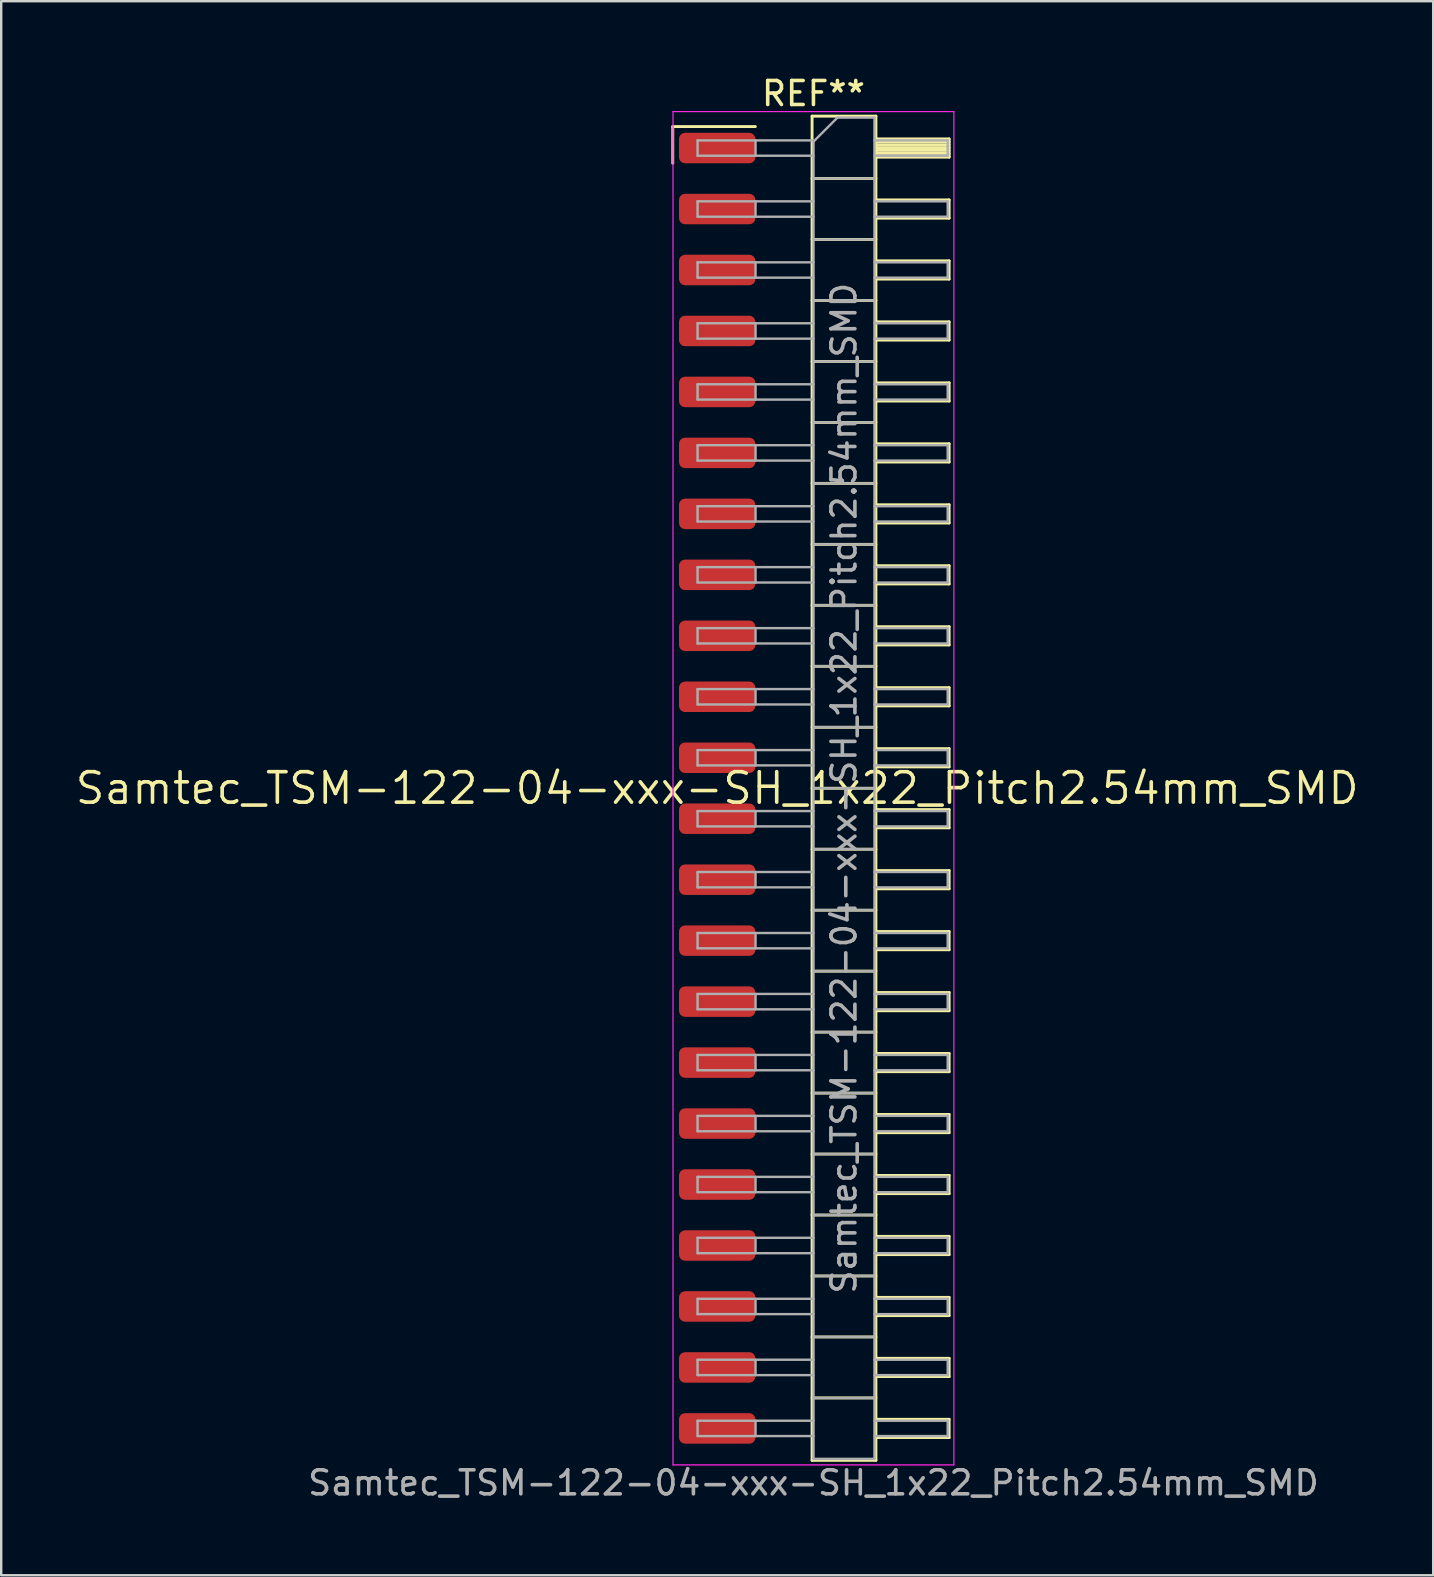
<source format=kicad_pcb>
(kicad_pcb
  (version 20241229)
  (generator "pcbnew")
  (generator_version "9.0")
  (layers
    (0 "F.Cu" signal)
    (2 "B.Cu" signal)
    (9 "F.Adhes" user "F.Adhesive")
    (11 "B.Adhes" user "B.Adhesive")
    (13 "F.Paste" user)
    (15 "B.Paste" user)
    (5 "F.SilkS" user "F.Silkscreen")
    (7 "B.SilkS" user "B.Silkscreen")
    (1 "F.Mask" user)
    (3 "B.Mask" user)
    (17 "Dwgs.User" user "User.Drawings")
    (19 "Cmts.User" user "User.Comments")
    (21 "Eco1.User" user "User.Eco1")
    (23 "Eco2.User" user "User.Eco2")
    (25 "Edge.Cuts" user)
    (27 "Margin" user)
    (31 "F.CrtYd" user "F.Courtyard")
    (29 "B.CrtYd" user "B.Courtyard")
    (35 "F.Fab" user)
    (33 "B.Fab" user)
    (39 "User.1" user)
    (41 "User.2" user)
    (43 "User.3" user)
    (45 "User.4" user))
  (footprint "Samtec_TSM-122-04-xxx-SH_1x22_Pitch2.54mm_SMD"
    (layer "F.Cu")
    (at 26.828 29.788)
    (property "Reference" "Samtec_TSM-122-04-xxx-SH_1x22_Pitch2.54mm_SMD" (at 0 0 0) (layer "F.SilkS") (effects (font (size 1.27 1.27) (thickness 0.15))))
    (attr smd)
    (fp_line (start -1.85 -27.565) (end 1.59 -27.565) (stroke (width 0.12) (type solid)) (layer "F.SilkS"))
    (fp_line (start -1.85 -26.035) (end -1.85 -27.565) (stroke (width 0.12) (type solid)) (layer "F.SilkS"))
    (fp_line (start 3.953 -28) (end 6.613 -28) (stroke (width 0.12) (type solid)) (layer "F.SilkS"))
    (fp_line (start 3.953 -25.4) (end 6.613 -25.4) (stroke (width 0.12) (type solid)) (layer "F.SilkS"))
    (fp_line (start 3.953 -22.86) (end 6.613 -22.86) (stroke (width 0.12) (type solid)) (layer "F.SilkS"))
    (fp_line (start 3.953 -20.32) (end 6.613 -20.32) (stroke (width 0.12) (type solid)) (layer "F.SilkS"))
    (fp_line (start 3.953 -17.78) (end 6.613 -17.78) (stroke (width 0.12) (type solid)) (layer "F.SilkS"))
    (fp_line (start 3.953 -15.24) (end 6.613 -15.24) (stroke (width 0.12) (type solid)) (layer "F.SilkS"))
    (fp_line (start 3.953 -12.7) (end 6.613 -12.7) (stroke (width 0.12) (type solid)) (layer "F.SilkS"))
    (fp_line (start 3.953 -10.16) (end 6.613 -10.16) (stroke (width 0.12) (type solid)) (layer "F.SilkS"))
    (fp_line (start 3.953 -7.62) (end 6.613 -7.62) (stroke (width 0.12) (type solid)) (layer "F.SilkS"))
    (fp_line (start 3.953 -5.08) (end 6.613 -5.08) (stroke (width 0.12) (type solid)) (layer "F.SilkS"))
    (fp_line (start 3.953 -2.54) (end 6.613 -2.54) (stroke (width 0.12) (type solid)) (layer "F.SilkS"))
    (fp_line (start 3.953 0) (end 6.613 0) (stroke (width 0.12) (type solid)) (layer "F.SilkS"))
    (fp_line (start 3.953 2.54) (end 6.613 2.54) (stroke (width 0.12) (type solid)) (layer "F.SilkS"))
    (fp_line (start 3.953 5.08) (end 6.613 5.08) (stroke (width 0.12) (type solid)) (layer "F.SilkS"))
    (fp_line (start 3.953 7.62) (end 6.613 7.62) (stroke (width 0.12) (type solid)) (layer "F.SilkS"))
    (fp_line (start 3.953 10.16) (end 6.613 10.16) (stroke (width 0.12) (type solid)) (layer "F.SilkS"))
    (fp_line (start 3.953 12.7) (end 6.613 12.7) (stroke (width 0.12) (type solid)) (layer "F.SilkS"))
    (fp_line (start 3.953 15.24) (end 6.613 15.24) (stroke (width 0.12) (type solid)) (layer "F.SilkS"))
    (fp_line (start 3.953 17.78) (end 6.613 17.78) (stroke (width 0.12) (type solid)) (layer "F.SilkS"))
    (fp_line (start 3.953 20.32) (end 6.613 20.32) (stroke (width 0.12) (type solid)) (layer "F.SilkS"))
    (fp_line (start 3.953 22.86) (end 6.613 22.86) (stroke (width 0.12) (type solid)) (layer "F.SilkS"))
    (fp_line (start 3.953 25.4) (end 6.613 25.4) (stroke (width 0.12) (type solid)) (layer "F.SilkS"))
    (fp_line (start 3.953 28) (end 3.953 -28) (stroke (width 0.12) (type solid)) (layer "F.SilkS"))
    (fp_line (start 6.613 -28) (end 6.613 28) (stroke (width 0.12) (type solid)) (layer "F.SilkS"))
    (fp_line (start 6.613 -27.05) (end 9.663 -27.05) (stroke (width 0.12) (type solid)) (layer "F.SilkS"))
    (fp_line (start 6.613 -26.93) (end 9.663 -26.93) (stroke (width 0.12) (type solid)) (layer "F.SilkS"))
    (fp_line (start 6.613 -26.81) (end 9.663 -26.81) (stroke (width 0.12) (type solid)) (layer "F.SilkS"))
    (fp_line (start 6.613 -26.69) (end 9.663 -26.69) (stroke (width 0.12) (type solid)) (layer "F.SilkS"))
    (fp_line (start 6.613 -26.57) (end 9.663 -26.57) (stroke (width 0.12) (type solid)) (layer "F.SilkS"))
    (fp_line (start 6.613 -26.45) (end 9.663 -26.45) (stroke (width 0.12) (type solid)) (layer "F.SilkS"))
    (fp_line (start 6.613 -26.33) (end 9.663 -26.33) (stroke (width 0.12) (type solid)) (layer "F.SilkS"))
    (fp_line (start 6.613 -26.29) (end 9.663 -26.29) (stroke (width 0.12) (type solid)) (layer "F.SilkS"))
    (fp_line (start 6.613 -24.51) (end 9.663 -24.51) (stroke (width 0.12) (type solid)) (layer "F.SilkS"))
    (fp_line (start 6.613 -23.75) (end 9.663 -23.75) (stroke (width 0.12) (type solid)) (layer "F.SilkS"))
    (fp_line (start 6.613 -21.97) (end 9.663 -21.97) (stroke (width 0.12) (type solid)) (layer "F.SilkS"))
    (fp_line (start 6.613 -21.21) (end 9.663 -21.21) (stroke (width 0.12) (type solid)) (layer "F.SilkS"))
    (fp_line (start 6.613 -19.43) (end 9.663 -19.43) (stroke (width 0.12) (type solid)) (layer "F.SilkS"))
    (fp_line (start 6.613 -18.67) (end 9.663 -18.67) (stroke (width 0.12) (type solid)) (layer "F.SilkS"))
    (fp_line (start 6.613 -16.89) (end 9.663 -16.89) (stroke (width 0.12) (type solid)) (layer "F.SilkS"))
    (fp_line (start 6.613 -16.13) (end 9.663 -16.13) (stroke (width 0.12) (type solid)) (layer "F.SilkS"))
    (fp_line (start 6.613 -14.35) (end 9.663 -14.35) (stroke (width 0.12) (type solid)) (layer "F.SilkS"))
    (fp_line (start 6.613 -13.59) (end 9.663 -13.59) (stroke (width 0.12) (type solid)) (layer "F.SilkS"))
    (fp_line (start 6.613 -11.81) (end 9.663 -11.81) (stroke (width 0.12) (type solid)) (layer "F.SilkS"))
    (fp_line (start 6.613 -11.05) (end 9.663 -11.05) (stroke (width 0.12) (type solid)) (layer "F.SilkS"))
    (fp_line (start 6.613 -9.27) (end 9.663 -9.27) (stroke (width 0.12) (type solid)) (layer "F.SilkS"))
    (fp_line (start 6.613 -8.51) (end 9.663 -8.51) (stroke (width 0.12) (type solid)) (layer "F.SilkS"))
    (fp_line (start 6.613 -6.73) (end 9.663 -6.73) (stroke (width 0.12) (type solid)) (layer "F.SilkS"))
    (fp_line (start 6.613 -5.97) (end 9.663 -5.97) (stroke (width 0.12) (type solid)) (layer "F.SilkS"))
    (fp_line (start 6.613 -4.19) (end 9.663 -4.19) (stroke (width 0.12) (type solid)) (layer "F.SilkS"))
    (fp_line (start 6.613 -3.43) (end 9.663 -3.43) (stroke (width 0.12) (type solid)) (layer "F.SilkS"))
    (fp_line (start 6.613 -1.65) (end 9.663 -1.65) (stroke (width 0.12) (type solid)) (layer "F.SilkS"))
    (fp_line (start 6.613 -0.89) (end 9.663 -0.89) (stroke (width 0.12) (type solid)) (layer "F.SilkS"))
    (fp_line (start 6.613 0.89) (end 9.663 0.89) (stroke (width 0.12) (type solid)) (layer "F.SilkS"))
    (fp_line (start 6.613 1.65) (end 9.663 1.65) (stroke (width 0.12) (type solid)) (layer "F.SilkS"))
    (fp_line (start 6.613 3.43) (end 9.663 3.43) (stroke (width 0.12) (type solid)) (layer "F.SilkS"))
    (fp_line (start 6.613 4.19) (end 9.663 4.19) (stroke (width 0.12) (type solid)) (layer "F.SilkS"))
    (fp_line (start 6.613 5.97) (end 9.663 5.97) (stroke (width 0.12) (type solid)) (layer "F.SilkS"))
    (fp_line (start 6.613 6.73) (end 9.663 6.73) (stroke (width 0.12) (type solid)) (layer "F.SilkS"))
    (fp_line (start 6.613 8.51) (end 9.663 8.51) (stroke (width 0.12) (type solid)) (layer "F.SilkS"))
    (fp_line (start 6.613 9.27) (end 9.663 9.27) (stroke (width 0.12) (type solid)) (layer "F.SilkS"))
    (fp_line (start 6.613 11.05) (end 9.663 11.05) (stroke (width 0.12) (type solid)) (layer "F.SilkS"))
    (fp_line (start 6.613 11.81) (end 9.663 11.81) (stroke (width 0.12) (type solid)) (layer "F.SilkS"))
    (fp_line (start 6.613 13.59) (end 9.663 13.59) (stroke (width 0.12) (type solid)) (layer "F.SilkS"))
    (fp_line (start 6.613 14.35) (end 9.663 14.35) (stroke (width 0.12) (type solid)) (layer "F.SilkS"))
    (fp_line (start 6.613 16.13) (end 9.663 16.13) (stroke (width 0.12) (type solid)) (layer "F.SilkS"))
    (fp_line (start 6.613 16.89) (end 9.663 16.89) (stroke (width 0.12) (type solid)) (layer "F.SilkS"))
    (fp_line (start 6.613 18.67) (end 9.663 18.67) (stroke (width 0.12) (type solid)) (layer "F.SilkS"))
    (fp_line (start 6.613 19.43) (end 9.663 19.43) (stroke (width 0.12) (type solid)) (layer "F.SilkS"))
    (fp_line (start 6.613 21.21) (end 9.663 21.21) (stroke (width 0.12) (type solid)) (layer "F.SilkS"))
    (fp_line (start 6.613 21.97) (end 9.663 21.97) (stroke (width 0.12) (type solid)) (layer "F.SilkS"))
    (fp_line (start 6.613 23.75) (end 9.663 23.75) (stroke (width 0.12) (type solid)) (layer "F.SilkS"))
    (fp_line (start 6.613 24.51) (end 9.663 24.51) (stroke (width 0.12) (type solid)) (layer "F.SilkS"))
    (fp_line (start 6.613 26.29) (end 9.663 26.29) (stroke (width 0.12) (type solid)) (layer "F.SilkS"))
    (fp_line (start 6.613 27.05) (end 9.663 27.05) (stroke (width 0.12) (type solid)) (layer "F.SilkS"))
    (fp_line (start 6.613 28) (end 3.953 28) (stroke (width 0.12) (type solid)) (layer "F.SilkS"))
    (fp_line (start 9.663 -27.05) (end 9.663 -26.29) (stroke (width 0.12) (type solid)) (layer "F.SilkS"))
    (fp_line (start 9.663 -24.51) (end 9.663 -23.75) (stroke (width 0.12) (type solid)) (layer "F.SilkS"))
    (fp_line (start 9.663 -21.97) (end 9.663 -21.21) (stroke (width 0.12) (type solid)) (layer "F.SilkS"))
    (fp_line (start 9.663 -19.43) (end 9.663 -18.67) (stroke (width 0.12) (type solid)) (layer "F.SilkS"))
    (fp_line (start 9.663 -16.89) (end 9.663 -16.13) (stroke (width 0.12) (type solid)) (layer "F.SilkS"))
    (fp_line (start 9.663 -14.35) (end 9.663 -13.59) (stroke (width 0.12) (type solid)) (layer "F.SilkS"))
    (fp_line (start 9.663 -11.81) (end 9.663 -11.05) (stroke (width 0.12) (type solid)) (layer "F.SilkS"))
    (fp_line (start 9.663 -9.27) (end 9.663 -8.51) (stroke (width 0.12) (type solid)) (layer "F.SilkS"))
    (fp_line (start 9.663 -6.73) (end 9.663 -5.97) (stroke (width 0.12) (type solid)) (layer "F.SilkS"))
    (fp_line (start 9.663 -4.19) (end 9.663 -3.43) (stroke (width 0.12) (type solid)) (layer "F.SilkS"))
    (fp_line (start 9.663 -1.65) (end 9.663 -0.89) (stroke (width 0.12) (type solid)) (layer "F.SilkS"))
    (fp_line (start 9.663 0.89) (end 9.663 1.65) (stroke (width 0.12) (type solid)) (layer "F.SilkS"))
    (fp_line (start 9.663 3.43) (end 9.663 4.19) (stroke (width 0.12) (type solid)) (layer "F.SilkS"))
    (fp_line (start 9.663 5.97) (end 9.663 6.73) (stroke (width 0.12) (type solid)) (layer "F.SilkS"))
    (fp_line (start 9.663 8.51) (end 9.663 9.27) (stroke (width 0.12) (type solid)) (layer "F.SilkS"))
    (fp_line (start 9.663 11.05) (end 9.663 11.81) (stroke (width 0.12) (type solid)) (layer "F.SilkS"))
    (fp_line (start 9.663 13.59) (end 9.663 14.35) (stroke (width 0.12) (type solid)) (layer "F.SilkS"))
    (fp_line (start 9.663 16.13) (end 9.663 16.89) (stroke (width 0.12) (type solid)) (layer "F.SilkS"))
    (fp_line (start 9.663 18.67) (end 9.663 19.43) (stroke (width 0.12) (type solid)) (layer "F.SilkS"))
    (fp_line (start 9.663 21.21) (end 9.663 21.97) (stroke (width 0.12) (type solid)) (layer "F.SilkS"))
    (fp_line (start 9.663 23.75) (end 9.663 24.51) (stroke (width 0.12) (type solid)) (layer "F.SilkS"))
    (fp_line (start 9.663 26.29) (end 9.663 27.05) (stroke (width 0.12) (type solid)) (layer "F.SilkS"))
    (fp_line (start -1.84 -28.19) (end 9.86 -28.19) (stroke (width 0.05) (type solid)) (layer "F.CrtYd"))
    (fp_line (start -1.84 28.19) (end -1.84 -28.19) (stroke (width 0.05) (type solid)) (layer "F.CrtYd"))
    (fp_line (start 9.86 -28.19) (end 9.86 28.19) (stroke (width 0.05) (type solid)) (layer "F.CrtYd"))
    (fp_line (start 9.86 28.19) (end -1.84 28.19) (stroke (width 0.05) (type solid)) (layer "F.CrtYd"))
    (fp_line (start -0.817 -26.99) (end -0.817 -26.35) (stroke (width 0.1) (type solid)) (layer "F.Fab"))
    (fp_line (start -0.817 -26.99) (end 4.013 -26.99) (stroke (width 0.1) (type solid)) (layer "F.Fab"))
    (fp_line (start -0.817 -26.35) (end 4.013 -26.35) (stroke (width 0.1) (type solid)) (layer "F.Fab"))
    (fp_line (start -0.817 -24.45) (end -0.817 -23.81) (stroke (width 0.1) (type solid)) (layer "F.Fab"))
    (fp_line (start -0.817 -24.45) (end 4.013 -24.45) (stroke (width 0.1) (type solid)) (layer "F.Fab"))
    (fp_line (start -0.817 -23.81) (end 4.013 -23.81) (stroke (width 0.1) (type solid)) (layer "F.Fab"))
    (fp_line (start -0.817 -21.91) (end -0.817 -21.27) (stroke (width 0.1) (type solid)) (layer "F.Fab"))
    (fp_line (start -0.817 -21.91) (end 4.013 -21.91) (stroke (width 0.1) (type solid)) (layer "F.Fab"))
    (fp_line (start -0.817 -21.27) (end 4.013 -21.27) (stroke (width 0.1) (type solid)) (layer "F.Fab"))
    (fp_line (start -0.817 -19.37) (end -0.817 -18.73) (stroke (width 0.1) (type solid)) (layer "F.Fab"))
    (fp_line (start -0.817 -19.37) (end 4.013 -19.37) (stroke (width 0.1) (type solid)) (layer "F.Fab"))
    (fp_line (start -0.817 -18.73) (end 4.013 -18.73) (stroke (width 0.1) (type solid)) (layer "F.Fab"))
    (fp_line (start -0.817 -16.83) (end -0.817 -16.19) (stroke (width 0.1) (type solid)) (layer "F.Fab"))
    (fp_line (start -0.817 -16.83) (end 4.013 -16.83) (stroke (width 0.1) (type solid)) (layer "F.Fab"))
    (fp_line (start -0.817 -16.19) (end 4.013 -16.19) (stroke (width 0.1) (type solid)) (layer "F.Fab"))
    (fp_line (start -0.817 -14.29) (end -0.817 -13.65) (stroke (width 0.1) (type solid)) (layer "F.Fab"))
    (fp_line (start -0.817 -14.29) (end 4.013 -14.29) (stroke (width 0.1) (type solid)) (layer "F.Fab"))
    (fp_line (start -0.817 -13.65) (end 4.013 -13.65) (stroke (width 0.1) (type solid)) (layer "F.Fab"))
    (fp_line (start -0.817 -11.75) (end -0.817 -11.11) (stroke (width 0.1) (type solid)) (layer "F.Fab"))
    (fp_line (start -0.817 -11.75) (end 4.013 -11.75) (stroke (width 0.1) (type solid)) (layer "F.Fab"))
    (fp_line (start -0.817 -11.11) (end 4.013 -11.11) (stroke (width 0.1) (type solid)) (layer "F.Fab"))
    (fp_line (start -0.817 -9.21) (end -0.817 -8.57) (stroke (width 0.1) (type solid)) (layer "F.Fab"))
    (fp_line (start -0.817 -9.21) (end 4.013 -9.21) (stroke (width 0.1) (type solid)) (layer "F.Fab"))
    (fp_line (start -0.817 -8.57) (end 4.013 -8.57) (stroke (width 0.1) (type solid)) (layer "F.Fab"))
    (fp_line (start -0.817 -6.67) (end -0.817 -6.03) (stroke (width 0.1) (type solid)) (layer "F.Fab"))
    (fp_line (start -0.817 -6.67) (end 4.013 -6.67) (stroke (width 0.1) (type solid)) (layer "F.Fab"))
    (fp_line (start -0.817 -6.03) (end 4.013 -6.03) (stroke (width 0.1) (type solid)) (layer "F.Fab"))
    (fp_line (start -0.817 -4.13) (end -0.817 -3.49) (stroke (width 0.1) (type solid)) (layer "F.Fab"))
    (fp_line (start -0.817 -4.13) (end 4.013 -4.13) (stroke (width 0.1) (type solid)) (layer "F.Fab"))
    (fp_line (start -0.817 -3.49) (end 4.013 -3.49) (stroke (width 0.1) (type solid)) (layer "F.Fab"))
    (fp_line (start -0.817 -1.59) (end -0.817 -0.95) (stroke (width 0.1) (type solid)) (layer "F.Fab"))
    (fp_line (start -0.817 -1.59) (end 4.013 -1.59) (stroke (width 0.1) (type solid)) (layer "F.Fab"))
    (fp_line (start -0.817 -0.95) (end 4.013 -0.95) (stroke (width 0.1) (type solid)) (layer "F.Fab"))
    (fp_line (start -0.817 0.95) (end -0.817 1.59) (stroke (width 0.1) (type solid)) (layer "F.Fab"))
    (fp_line (start -0.817 0.95) (end 4.013 0.95) (stroke (width 0.1) (type solid)) (layer "F.Fab"))
    (fp_line (start -0.817 1.59) (end 4.013 1.59) (stroke (width 0.1) (type solid)) (layer "F.Fab"))
    (fp_line (start -0.817 3.49) (end -0.817 4.13) (stroke (width 0.1) (type solid)) (layer "F.Fab"))
    (fp_line (start -0.817 3.49) (end 4.013 3.49) (stroke (width 0.1) (type solid)) (layer "F.Fab"))
    (fp_line (start -0.817 4.13) (end 4.013 4.13) (stroke (width 0.1) (type solid)) (layer "F.Fab"))
    (fp_line (start -0.817 6.03) (end -0.817 6.67) (stroke (width 0.1) (type solid)) (layer "F.Fab"))
    (fp_line (start -0.817 6.03) (end 4.013 6.03) (stroke (width 0.1) (type solid)) (layer "F.Fab"))
    (fp_line (start -0.817 6.67) (end 4.013 6.67) (stroke (width 0.1) (type solid)) (layer "F.Fab"))
    (fp_line (start -0.817 8.57) (end -0.817 9.21) (stroke (width 0.1) (type solid)) (layer "F.Fab"))
    (fp_line (start -0.817 8.57) (end 4.013 8.57) (stroke (width 0.1) (type solid)) (layer "F.Fab"))
    (fp_line (start -0.817 9.21) (end 4.013 9.21) (stroke (width 0.1) (type solid)) (layer "F.Fab"))
    (fp_line (start -0.817 11.11) (end -0.817 11.75) (stroke (width 0.1) (type solid)) (layer "F.Fab"))
    (fp_line (start -0.817 11.11) (end 4.013 11.11) (stroke (width 0.1) (type solid)) (layer "F.Fab"))
    (fp_line (start -0.817 11.75) (end 4.013 11.75) (stroke (width 0.1) (type solid)) (layer "F.Fab"))
    (fp_line (start -0.817 13.65) (end -0.817 14.29) (stroke (width 0.1) (type solid)) (layer "F.Fab"))
    (fp_line (start -0.817 13.65) (end 4.013 13.65) (stroke (width 0.1) (type solid)) (layer "F.Fab"))
    (fp_line (start -0.817 14.29) (end 4.013 14.29) (stroke (width 0.1) (type solid)) (layer "F.Fab"))
    (fp_line (start -0.817 16.19) (end -0.817 16.83) (stroke (width 0.1) (type solid)) (layer "F.Fab"))
    (fp_line (start -0.817 16.19) (end 4.013 16.19) (stroke (width 0.1) (type solid)) (layer "F.Fab"))
    (fp_line (start -0.817 16.83) (end 4.013 16.83) (stroke (width 0.1) (type solid)) (layer "F.Fab"))
    (fp_line (start -0.817 18.73) (end -0.817 19.37) (stroke (width 0.1) (type solid)) (layer "F.Fab"))
    (fp_line (start -0.817 18.73) (end 4.013 18.73) (stroke (width 0.1) (type solid)) (layer "F.Fab"))
    (fp_line (start -0.817 19.37) (end 4.013 19.37) (stroke (width 0.1) (type solid)) (layer "F.Fab"))
    (fp_line (start -0.817 21.27) (end -0.817 21.91) (stroke (width 0.1) (type solid)) (layer "F.Fab"))
    (fp_line (start -0.817 21.27) (end 4.013 21.27) (stroke (width 0.1) (type solid)) (layer "F.Fab"))
    (fp_line (start -0.817 21.91) (end 4.013 21.91) (stroke (width 0.1) (type solid)) (layer "F.Fab"))
    (fp_line (start -0.817 23.81) (end -0.817 24.45) (stroke (width 0.1) (type solid)) (layer "F.Fab"))
    (fp_line (start -0.817 23.81) (end 4.013 23.81) (stroke (width 0.1) (type solid)) (layer "F.Fab"))
    (fp_line (start -0.817 24.45) (end 4.013 24.45) (stroke (width 0.1) (type solid)) (layer "F.Fab"))
    (fp_line (start -0.817 26.35) (end -0.817 26.99) (stroke (width 0.1) (type solid)) (layer "F.Fab"))
    (fp_line (start -0.817 26.35) (end 4.013 26.35) (stroke (width 0.1) (type solid)) (layer "F.Fab"))
    (fp_line (start -0.817 26.99) (end 4.013 26.99) (stroke (width 0.1) (type solid)) (layer "F.Fab"))
    (fp_line (start 1.598 -26.99) (end 1.598 -26.35) (stroke (width 0.1) (type solid)) (layer "F.Fab"))
    (fp_line (start 1.598 -24.45) (end 1.598 -23.81) (stroke (width 0.1) (type solid)) (layer "F.Fab"))
    (fp_line (start 1.598 -21.91) (end 1.598 -21.27) (stroke (width 0.1) (type solid)) (layer "F.Fab"))
    (fp_line (start 1.598 -19.37) (end 1.598 -18.73) (stroke (width 0.1) (type solid)) (layer "F.Fab"))
    (fp_line (start 1.598 -16.83) (end 1.598 -16.19) (stroke (width 0.1) (type solid)) (layer "F.Fab"))
    (fp_line (start 1.598 -14.29) (end 1.598 -13.65) (stroke (width 0.1) (type solid)) (layer "F.Fab"))
    (fp_line (start 1.598 -11.75) (end 1.598 -11.11) (stroke (width 0.1) (type solid)) (layer "F.Fab"))
    (fp_line (start 1.598 -9.21) (end 1.598 -8.57) (stroke (width 0.1) (type solid)) (layer "F.Fab"))
    (fp_line (start 1.598 -6.67) (end 1.598 -6.03) (stroke (width 0.1) (type solid)) (layer "F.Fab"))
    (fp_line (start 1.598 -4.13) (end 1.598 -3.49) (stroke (width 0.1) (type solid)) (layer "F.Fab"))
    (fp_line (start 1.598 -1.59) (end 1.598 -0.95) (stroke (width 0.1) (type solid)) (layer "F.Fab"))
    (fp_line (start 1.598 0.95) (end 1.598 1.59) (stroke (width 0.1) (type solid)) (layer "F.Fab"))
    (fp_line (start 1.598 3.49) (end 1.598 4.13) (stroke (width 0.1) (type solid)) (layer "F.Fab"))
    (fp_line (start 1.598 6.03) (end 1.598 6.67) (stroke (width 0.1) (type solid)) (layer "F.Fab"))
    (fp_line (start 1.598 8.57) (end 1.598 9.21) (stroke (width 0.1) (type solid)) (layer "F.Fab"))
    (fp_line (start 1.598 11.11) (end 1.598 11.75) (stroke (width 0.1) (type solid)) (layer "F.Fab"))
    (fp_line (start 1.598 13.65) (end 1.598 14.29) (stroke (width 0.1) (type solid)) (layer "F.Fab"))
    (fp_line (start 1.598 16.19) (end 1.598 16.83) (stroke (width 0.1) (type solid)) (layer "F.Fab"))
    (fp_line (start 1.598 18.73) (end 1.598 19.37) (stroke (width 0.1) (type solid)) (layer "F.Fab"))
    (fp_line (start 1.598 21.27) (end 1.598 21.91) (stroke (width 0.1) (type solid)) (layer "F.Fab"))
    (fp_line (start 1.598 23.81) (end 1.598 24.45) (stroke (width 0.1) (type solid)) (layer "F.Fab"))
    (fp_line (start 1.598 26.35) (end 1.598 26.99) (stroke (width 0.1) (type solid)) (layer "F.Fab"))
    (fp_line (start 4.013 -26.94) (end 5.013 -27.94) (stroke (width 0.1) (type solid)) (layer "F.Fab"))
    (fp_line (start 4.013 -25.4) (end 6.553 -25.4) (stroke (width 0.1) (type solid)) (layer "F.Fab"))
    (fp_line (start 4.013 -22.86) (end 6.553 -22.86) (stroke (width 0.1) (type solid)) (layer "F.Fab"))
    (fp_line (start 4.013 -20.32) (end 6.553 -20.32) (stroke (width 0.1) (type solid)) (layer "F.Fab"))
    (fp_line (start 4.013 -17.78) (end 6.553 -17.78) (stroke (width 0.1) (type solid)) (layer "F.Fab"))
    (fp_line (start 4.013 -15.24) (end 6.553 -15.24) (stroke (width 0.1) (type solid)) (layer "F.Fab"))
    (fp_line (start 4.013 -12.7) (end 6.553 -12.7) (stroke (width 0.1) (type solid)) (layer "F.Fab"))
    (fp_line (start 4.013 -10.16) (end 6.553 -10.16) (stroke (width 0.1) (type solid)) (layer "F.Fab"))
    (fp_line (start 4.013 -7.62) (end 6.553 -7.62) (stroke (width 0.1) (type solid)) (layer "F.Fab"))
    (fp_line (start 4.013 -5.08) (end 6.553 -5.08) (stroke (width 0.1) (type solid)) (layer "F.Fab"))
    (fp_line (start 4.013 -2.54) (end 6.553 -2.54) (stroke (width 0.1) (type solid)) (layer "F.Fab"))
    (fp_line (start 4.013 0) (end 6.553 0) (stroke (width 0.1) (type solid)) (layer "F.Fab"))
    (fp_line (start 4.013 2.54) (end 6.553 2.54) (stroke (width 0.1) (type solid)) (layer "F.Fab"))
    (fp_line (start 4.013 5.08) (end 6.553 5.08) (stroke (width 0.1) (type solid)) (layer "F.Fab"))
    (fp_line (start 4.013 7.62) (end 6.553 7.62) (stroke (width 0.1) (type solid)) (layer "F.Fab"))
    (fp_line (start 4.013 10.16) (end 6.553 10.16) (stroke (width 0.1) (type solid)) (layer "F.Fab"))
    (fp_line (start 4.013 12.7) (end 6.553 12.7) (stroke (width 0.1) (type solid)) (layer "F.Fab"))
    (fp_line (start 4.013 15.24) (end 6.553 15.24) (stroke (width 0.1) (type solid)) (layer "F.Fab"))
    (fp_line (start 4.013 17.78) (end 6.553 17.78) (stroke (width 0.1) (type solid)) (layer "F.Fab"))
    (fp_line (start 4.013 20.32) (end 6.553 20.32) (stroke (width 0.1) (type solid)) (layer "F.Fab"))
    (fp_line (start 4.013 22.86) (end 6.553 22.86) (stroke (width 0.1) (type solid)) (layer "F.Fab"))
    (fp_line (start 4.013 25.4) (end 6.553 25.4) (stroke (width 0.1) (type solid)) (layer "F.Fab"))
    (fp_line (start 4.013 27.94) (end 4.013 -26.94) (stroke (width 0.1) (type solid)) (layer "F.Fab"))
    (fp_line (start 5.013 -27.94) (end 6.553 -27.94) (stroke (width 0.1) (type solid)) (layer "F.Fab"))
    (fp_line (start 6.553 -27.94) (end 6.553 27.94) (stroke (width 0.1) (type solid)) (layer "F.Fab"))
    (fp_line (start 6.553 -26.99) (end 9.603 -26.99) (stroke (width 0.1) (type solid)) (layer "F.Fab"))
    (fp_line (start 6.553 -26.35) (end 9.603 -26.35) (stroke (width 0.1) (type solid)) (layer "F.Fab"))
    (fp_line (start 6.553 -24.45) (end 9.603 -24.45) (stroke (width 0.1) (type solid)) (layer "F.Fab"))
    (fp_line (start 6.553 -23.81) (end 9.603 -23.81) (stroke (width 0.1) (type solid)) (layer "F.Fab"))
    (fp_line (start 6.553 -21.91) (end 9.603 -21.91) (stroke (width 0.1) (type solid)) (layer "F.Fab"))
    (fp_line (start 6.553 -21.27) (end 9.603 -21.27) (stroke (width 0.1) (type solid)) (layer "F.Fab"))
    (fp_line (start 6.553 -19.37) (end 9.603 -19.37) (stroke (width 0.1) (type solid)) (layer "F.Fab"))
    (fp_line (start 6.553 -18.73) (end 9.603 -18.73) (stroke (width 0.1) (type solid)) (layer "F.Fab"))
    (fp_line (start 6.553 -16.83) (end 9.603 -16.83) (stroke (width 0.1) (type solid)) (layer "F.Fab"))
    (fp_line (start 6.553 -16.19) (end 9.603 -16.19) (stroke (width 0.1) (type solid)) (layer "F.Fab"))
    (fp_line (start 6.553 -14.29) (end 9.603 -14.29) (stroke (width 0.1) (type solid)) (layer "F.Fab"))
    (fp_line (start 6.553 -13.65) (end 9.603 -13.65) (stroke (width 0.1) (type solid)) (layer "F.Fab"))
    (fp_line (start 6.553 -11.75) (end 9.603 -11.75) (stroke (width 0.1) (type solid)) (layer "F.Fab"))
    (fp_line (start 6.553 -11.11) (end 9.603 -11.11) (stroke (width 0.1) (type solid)) (layer "F.Fab"))
    (fp_line (start 6.553 -9.21) (end 9.603 -9.21) (stroke (width 0.1) (type solid)) (layer "F.Fab"))
    (fp_line (start 6.553 -8.57) (end 9.603 -8.57) (stroke (width 0.1) (type solid)) (layer "F.Fab"))
    (fp_line (start 6.553 -6.67) (end 9.603 -6.67) (stroke (width 0.1) (type solid)) (layer "F.Fab"))
    (fp_line (start 6.553 -6.03) (end 9.603 -6.03) (stroke (width 0.1) (type solid)) (layer "F.Fab"))
    (fp_line (start 6.553 -4.13) (end 9.603 -4.13) (stroke (width 0.1) (type solid)) (layer "F.Fab"))
    (fp_line (start 6.553 -3.49) (end 9.603 -3.49) (stroke (width 0.1) (type solid)) (layer "F.Fab"))
    (fp_line (start 6.553 -1.59) (end 9.603 -1.59) (stroke (width 0.1) (type solid)) (layer "F.Fab"))
    (fp_line (start 6.553 -0.95) (end 9.603 -0.95) (stroke (width 0.1) (type solid)) (layer "F.Fab"))
    (fp_line (start 6.553 0.95) (end 9.603 0.95) (stroke (width 0.1) (type solid)) (layer "F.Fab"))
    (fp_line (start 6.553 1.59) (end 9.603 1.59) (stroke (width 0.1) (type solid)) (layer "F.Fab"))
    (fp_line (start 6.553 3.49) (end 9.603 3.49) (stroke (width 0.1) (type solid)) (layer "F.Fab"))
    (fp_line (start 6.553 4.13) (end 9.603 4.13) (stroke (width 0.1) (type solid)) (layer "F.Fab"))
    (fp_line (start 6.553 6.03) (end 9.603 6.03) (stroke (width 0.1) (type solid)) (layer "F.Fab"))
    (fp_line (start 6.553 6.67) (end 9.603 6.67) (stroke (width 0.1) (type solid)) (layer "F.Fab"))
    (fp_line (start 6.553 8.57) (end 9.603 8.57) (stroke (width 0.1) (type solid)) (layer "F.Fab"))
    (fp_line (start 6.553 9.21) (end 9.603 9.21) (stroke (width 0.1) (type solid)) (layer "F.Fab"))
    (fp_line (start 6.553 11.11) (end 9.603 11.11) (stroke (width 0.1) (type solid)) (layer "F.Fab"))
    (fp_line (start 6.553 11.75) (end 9.603 11.75) (stroke (width 0.1) (type solid)) (layer "F.Fab"))
    (fp_line (start 6.553 13.65) (end 9.603 13.65) (stroke (width 0.1) (type solid)) (layer "F.Fab"))
    (fp_line (start 6.553 14.29) (end 9.603 14.29) (stroke (width 0.1) (type solid)) (layer "F.Fab"))
    (fp_line (start 6.553 16.19) (end 9.603 16.19) (stroke (width 0.1) (type solid)) (layer "F.Fab"))
    (fp_line (start 6.553 16.83) (end 9.603 16.83) (stroke (width 0.1) (type solid)) (layer "F.Fab"))
    (fp_line (start 6.553 18.73) (end 9.603 18.73) (stroke (width 0.1) (type solid)) (layer "F.Fab"))
    (fp_line (start 6.553 19.37) (end 9.603 19.37) (stroke (width 0.1) (type solid)) (layer "F.Fab"))
    (fp_line (start 6.553 21.27) (end 9.603 21.27) (stroke (width 0.1) (type solid)) (layer "F.Fab"))
    (fp_line (start 6.553 21.91) (end 9.603 21.91) (stroke (width 0.1) (type solid)) (layer "F.Fab"))
    (fp_line (start 6.553 23.81) (end 9.603 23.81) (stroke (width 0.1) (type solid)) (layer "F.Fab"))
    (fp_line (start 6.553 24.45) (end 9.603 24.45) (stroke (width 0.1) (type solid)) (layer "F.Fab"))
    (fp_line (start 6.553 26.35) (end 9.603 26.35) (stroke (width 0.1) (type solid)) (layer "F.Fab"))
    (fp_line (start 6.553 26.99) (end 9.603 26.99) (stroke (width 0.1) (type solid)) (layer "F.Fab"))
    (fp_line (start 6.553 27.94) (end 4.013 27.94) (stroke (width 0.1) (type solid)) (layer "F.Fab"))
    (fp_line (start 9.603 -26.99) (end 9.603 -26.35) (stroke (width 0.1) (type solid)) (layer "F.Fab"))
    (fp_line (start 9.603 -24.45) (end 9.603 -23.81) (stroke (width 0.1) (type solid)) (layer "F.Fab"))
    (fp_line (start 9.603 -21.91) (end 9.603 -21.27) (stroke (width 0.1) (type solid)) (layer "F.Fab"))
    (fp_line (start 9.603 -19.37) (end 9.603 -18.73) (stroke (width 0.1) (type solid)) (layer "F.Fab"))
    (fp_line (start 9.603 -16.83) (end 9.603 -16.19) (stroke (width 0.1) (type solid)) (layer "F.Fab"))
    (fp_line (start 9.603 -14.29) (end 9.603 -13.65) (stroke (width 0.1) (type solid)) (layer "F.Fab"))
    (fp_line (start 9.603 -11.75) (end 9.603 -11.11) (stroke (width 0.1) (type solid)) (layer "F.Fab"))
    (fp_line (start 9.603 -9.21) (end 9.603 -8.57) (stroke (width 0.1) (type solid)) (layer "F.Fab"))
    (fp_line (start 9.603 -6.67) (end 9.603 -6.03) (stroke (width 0.1) (type solid)) (layer "F.Fab"))
    (fp_line (start 9.603 -4.13) (end 9.603 -3.49) (stroke (width 0.1) (type solid)) (layer "F.Fab"))
    (fp_line (start 9.603 -1.59) (end 9.603 -0.95) (stroke (width 0.1) (type solid)) (layer "F.Fab"))
    (fp_line (start 9.603 0.95) (end 9.603 1.59) (stroke (width 0.1) (type solid)) (layer "F.Fab"))
    (fp_line (start 9.603 3.49) (end 9.603 4.13) (stroke (width 0.1) (type solid)) (layer "F.Fab"))
    (fp_line (start 9.603 6.03) (end 9.603 6.67) (stroke (width 0.1) (type solid)) (layer "F.Fab"))
    (fp_line (start 9.603 8.57) (end 9.603 9.21) (stroke (width 0.1) (type solid)) (layer "F.Fab"))
    (fp_line (start 9.603 11.11) (end 9.603 11.75) (stroke (width 0.1) (type solid)) (layer "F.Fab"))
    (fp_line (start 9.603 13.65) (end 9.603 14.29) (stroke (width 0.1) (type solid)) (layer "F.Fab"))
    (fp_line (start 9.603 16.19) (end 9.603 16.83) (stroke (width 0.1) (type solid)) (layer "F.Fab"))
    (fp_line (start 9.603 18.73) (end 9.603 19.37) (stroke (width 0.1) (type solid)) (layer "F.Fab"))
    (fp_line (start 9.603 21.27) (end 9.603 21.91) (stroke (width 0.1) (type solid)) (layer "F.Fab"))
    (fp_line (start 9.603 23.81) (end 9.603 24.45) (stroke (width 0.1) (type solid)) (layer "F.Fab"))
    (fp_line (start 9.603 26.35) (end 9.603 26.99) (stroke (width 0.1) (type solid)) (layer "F.Fab"))
    (fp_text user "REF**" (at 4.01 -28.94 0) (layer "F.SilkS") (effects (font (size 1 1) (thickness 0.15))))
    (fp_text user "Samtec_TSM-122-04-xxx-SH_1x22_Pitch2.54mm_SMD" (at 4.01 28.94 0) (layer "F.Fab") (effects (font (size 1 1) (thickness 0.15))))
    (fp_text user "${REFERENCE}" (at 5.283 0 90) (layer "F.Fab") (effects (font (size 1 1) (thickness 0.15))))
    (pad "1" smd roundrect (at 0 -26.67) (size 3.18 1.27) (layers "F.Cu" "F.Mask" "F.Paste") (roundrect_rratio 0.197))
    (pad "2" smd roundrect (at 0 -24.13) (size 3.18 1.27) (layers "F.Cu" "F.Mask" "F.Paste") (roundrect_rratio 0.197))
    (pad "3" smd roundrect (at 0 -21.59) (size 3.18 1.27) (layers "F.Cu" "F.Mask" "F.Paste") (roundrect_rratio 0.197))
    (pad "4" smd roundrect (at 0 -19.05) (size 3.18 1.27) (layers "F.Cu" "F.Mask" "F.Paste") (roundrect_rratio 0.197))
    (pad "5" smd roundrect (at 0 -16.51) (size 3.18 1.27) (layers "F.Cu" "F.Mask" "F.Paste") (roundrect_rratio 0.197))
    (pad "6" smd roundrect (at 0 -13.97) (size 3.18 1.27) (layers "F.Cu" "F.Mask" "F.Paste") (roundrect_rratio 0.197))
    (pad "7" smd roundrect (at 0 -11.43) (size 3.18 1.27) (layers "F.Cu" "F.Mask" "F.Paste") (roundrect_rratio 0.197))
    (pad "8" smd roundrect (at 0 -8.89) (size 3.18 1.27) (layers "F.Cu" "F.Mask" "F.Paste") (roundrect_rratio 0.197))
    (pad "9" smd roundrect (at 0 -6.35) (size 3.18 1.27) (layers "F.Cu" "F.Mask" "F.Paste") (roundrect_rratio 0.197))
    (pad "10" smd roundrect (at 0 -3.81) (size 3.18 1.27) (layers "F.Cu" "F.Mask" "F.Paste") (roundrect_rratio 0.197))
    (pad "11" smd roundrect (at 0 -1.27) (size 3.18 1.27) (layers "F.Cu" "F.Mask" "F.Paste") (roundrect_rratio 0.197))
    (pad "12" smd roundrect (at 0 1.27) (size 3.18 1.27) (layers "F.Cu" "F.Mask" "F.Paste") (roundrect_rratio 0.197))
    (pad "13" smd roundrect (at 0 3.81) (size 3.18 1.27) (layers "F.Cu" "F.Mask" "F.Paste") (roundrect_rratio 0.197))
    (pad "14" smd roundrect (at 0 6.35) (size 3.18 1.27) (layers "F.Cu" "F.Mask" "F.Paste") (roundrect_rratio 0.197))
    (pad "15" smd roundrect (at 0 8.89) (size 3.18 1.27) (layers "F.Cu" "F.Mask" "F.Paste") (roundrect_rratio 0.197))
    (pad "16" smd roundrect (at 0 11.43) (size 3.18 1.27) (layers "F.Cu" "F.Mask" "F.Paste") (roundrect_rratio 0.197))
    (pad "17" smd roundrect (at 0 13.97) (size 3.18 1.27) (layers "F.Cu" "F.Mask" "F.Paste") (roundrect_rratio 0.197))
    (pad "18" smd roundrect (at 0 16.51) (size 3.18 1.27) (layers "F.Cu" "F.Mask" "F.Paste") (roundrect_rratio 0.197))
    (pad "19" smd roundrect (at 0 19.05) (size 3.18 1.27) (layers "F.Cu" "F.Mask" "F.Paste") (roundrect_rratio 0.197))
    (pad "20" smd roundrect (at 0 21.59) (size 3.18 1.27) (layers "F.Cu" "F.Mask" "F.Paste") (roundrect_rratio 0.197))
    (pad "21" smd roundrect (at 0 24.13) (size 3.18 1.27) (layers "F.Cu" "F.Mask" "F.Paste") (roundrect_rratio 0.197))
    (pad "22" smd roundrect (at 0 26.67) (size 3.18 1.27) (layers "F.Cu" "F.Mask" "F.Paste") (roundrect_rratio 0.197)))
  (gr_rect
    (start -3 -3)
    (end 56.657 62.577)
    (stroke (width 0.1) (type default))
    (fill no)
    (layer "Edge.Cuts")))
</source>
